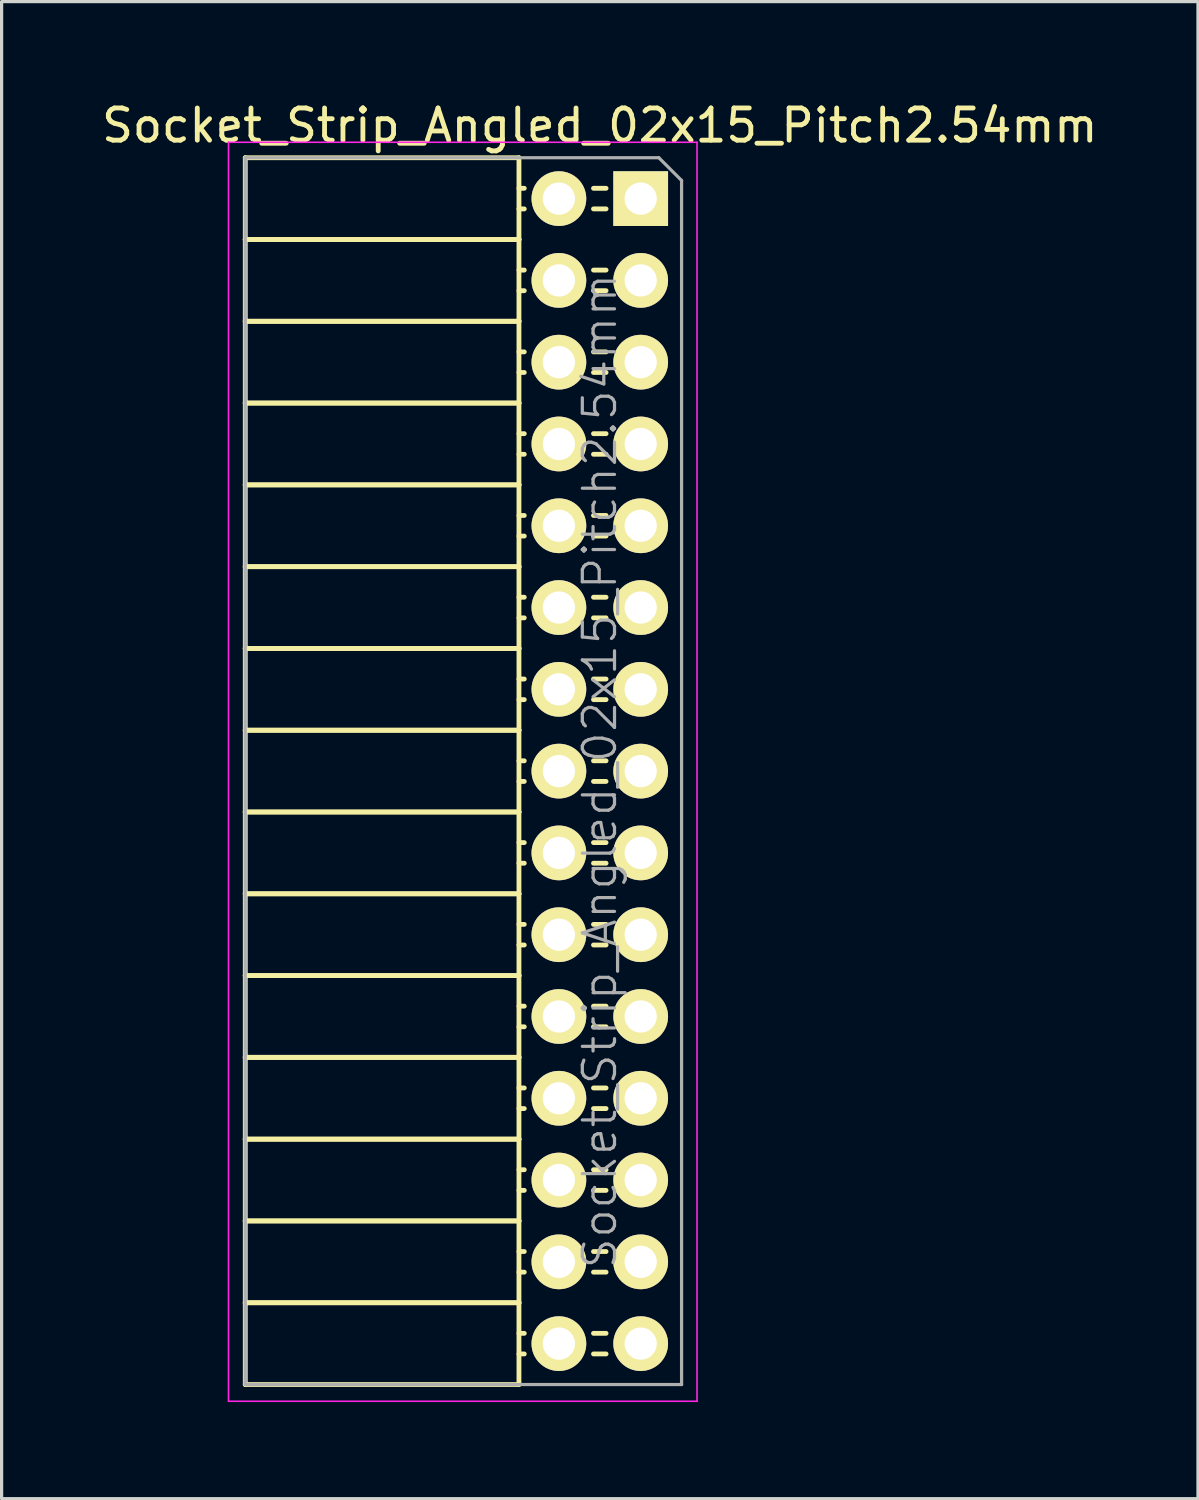
<source format=kicad_pcb>
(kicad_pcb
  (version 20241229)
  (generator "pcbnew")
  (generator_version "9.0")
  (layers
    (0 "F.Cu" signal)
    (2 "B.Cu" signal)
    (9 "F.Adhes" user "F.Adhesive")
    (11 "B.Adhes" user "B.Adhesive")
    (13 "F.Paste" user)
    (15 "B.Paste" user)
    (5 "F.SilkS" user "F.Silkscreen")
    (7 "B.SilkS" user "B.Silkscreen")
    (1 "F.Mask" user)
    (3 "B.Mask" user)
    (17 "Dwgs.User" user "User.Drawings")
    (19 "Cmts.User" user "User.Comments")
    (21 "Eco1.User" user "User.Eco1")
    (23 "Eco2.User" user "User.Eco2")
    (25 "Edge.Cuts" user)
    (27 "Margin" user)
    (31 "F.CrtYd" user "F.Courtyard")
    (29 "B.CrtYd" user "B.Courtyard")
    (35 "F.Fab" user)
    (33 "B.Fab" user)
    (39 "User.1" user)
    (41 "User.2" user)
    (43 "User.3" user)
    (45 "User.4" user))
  (footprint "Socket_Strip_Angled_02x15_Pitch2.54mm"
    (layer "F.Cu")
    (at 16.847 3.118)
    (property "Reference" "Socket_Strip_Angled_02x15_Pitch2.54mm" (at -1.27 -2.27 0) (layer "F.SilkS") (effects (font (size 1 1) (thickness 0.15))))
    (attr smd)
    (fp_line (start -12.28 -1.27) (end -12.28 1.27) (stroke (width 0.15) (type solid)) (layer "F.SilkS"))
    (fp_line (start -12.28 -1.27) (end -3.78 -1.27) (stroke (width 0.15) (type solid)) (layer "F.SilkS"))
    (fp_line (start -12.28 1.27) (end -12.28 3.81) (stroke (width 0.15) (type solid)) (layer "F.SilkS"))
    (fp_line (start -12.28 1.27) (end -3.78 1.27) (stroke (width 0.15) (type solid)) (layer "F.SilkS"))
    (fp_line (start -12.28 1.27) (end -3.78 1.27) (stroke (width 0.15) (type solid)) (layer "F.SilkS"))
    (fp_line (start -12.28 3.81) (end -12.28 6.35) (stroke (width 0.15) (type solid)) (layer "F.SilkS"))
    (fp_line (start -12.28 3.81) (end -3.78 3.81) (stroke (width 0.15) (type solid)) (layer "F.SilkS"))
    (fp_line (start -12.28 3.81) (end -3.78 3.81) (stroke (width 0.15) (type solid)) (layer "F.SilkS"))
    (fp_line (start -12.28 6.35) (end -12.28 8.89) (stroke (width 0.15) (type solid)) (layer "F.SilkS"))
    (fp_line (start -12.28 6.35) (end -3.78 6.35) (stroke (width 0.15) (type solid)) (layer "F.SilkS"))
    (fp_line (start -12.28 6.35) (end -3.78 6.35) (stroke (width 0.15) (type solid)) (layer "F.SilkS"))
    (fp_line (start -12.28 8.89) (end -12.28 11.43) (stroke (width 0.15) (type solid)) (layer "F.SilkS"))
    (fp_line (start -12.28 8.89) (end -3.78 8.89) (stroke (width 0.15) (type solid)) (layer "F.SilkS"))
    (fp_line (start -12.28 8.89) (end -3.78 8.89) (stroke (width 0.15) (type solid)) (layer "F.SilkS"))
    (fp_line (start -12.28 11.43) (end -12.28 13.97) (stroke (width 0.15) (type solid)) (layer "F.SilkS"))
    (fp_line (start -12.28 11.43) (end -3.78 11.43) (stroke (width 0.15) (type solid)) (layer "F.SilkS"))
    (fp_line (start -12.28 11.43) (end -3.78 11.43) (stroke (width 0.15) (type solid)) (layer "F.SilkS"))
    (fp_line (start -12.28 13.97) (end -12.28 16.51) (stroke (width 0.15) (type solid)) (layer "F.SilkS"))
    (fp_line (start -12.28 13.97) (end -3.78 13.97) (stroke (width 0.15) (type solid)) (layer "F.SilkS"))
    (fp_line (start -12.28 13.97) (end -3.78 13.97) (stroke (width 0.15) (type solid)) (layer "F.SilkS"))
    (fp_line (start -12.28 16.51) (end -12.28 19.05) (stroke (width 0.15) (type solid)) (layer "F.SilkS"))
    (fp_line (start -12.28 16.51) (end -3.78 16.51) (stroke (width 0.15) (type solid)) (layer "F.SilkS"))
    (fp_line (start -12.28 16.51) (end -3.78 16.51) (stroke (width 0.15) (type solid)) (layer "F.SilkS"))
    (fp_line (start -12.28 19.05) (end -12.28 21.59) (stroke (width 0.15) (type solid)) (layer "F.SilkS"))
    (fp_line (start -12.28 19.05) (end -3.78 19.05) (stroke (width 0.15) (type solid)) (layer "F.SilkS"))
    (fp_line (start -12.28 19.05) (end -3.78 19.05) (stroke (width 0.15) (type solid)) (layer "F.SilkS"))
    (fp_line (start -12.28 21.59) (end -12.28 24.13) (stroke (width 0.15) (type solid)) (layer "F.SilkS"))
    (fp_line (start -12.28 21.59) (end -3.78 21.59) (stroke (width 0.15) (type solid)) (layer "F.SilkS"))
    (fp_line (start -12.28 21.59) (end -3.78 21.59) (stroke (width 0.15) (type solid)) (layer "F.SilkS"))
    (fp_line (start -12.28 24.13) (end -12.28 26.67) (stroke (width 0.15) (type solid)) (layer "F.SilkS"))
    (fp_line (start -12.28 24.13) (end -3.78 24.13) (stroke (width 0.15) (type solid)) (layer "F.SilkS"))
    (fp_line (start -12.28 24.13) (end -3.78 24.13) (stroke (width 0.15) (type solid)) (layer "F.SilkS"))
    (fp_line (start -12.28 26.67) (end -12.28 29.21) (stroke (width 0.15) (type solid)) (layer "F.SilkS"))
    (fp_line (start -12.28 26.67) (end -3.78 26.67) (stroke (width 0.15) (type solid)) (layer "F.SilkS"))
    (fp_line (start -12.28 26.67) (end -3.78 26.67) (stroke (width 0.15) (type solid)) (layer "F.SilkS"))
    (fp_line (start -12.28 29.21) (end -12.28 31.75) (stroke (width 0.15) (type solid)) (layer "F.SilkS"))
    (fp_line (start -12.28 29.21) (end -3.78 29.21) (stroke (width 0.15) (type solid)) (layer "F.SilkS"))
    (fp_line (start -12.28 29.21) (end -3.78 29.21) (stroke (width 0.15) (type solid)) (layer "F.SilkS"))
    (fp_line (start -12.28 31.75) (end -12.28 34.29) (stroke (width 0.15) (type solid)) (layer "F.SilkS"))
    (fp_line (start -12.28 31.75) (end -3.78 31.75) (stroke (width 0.15) (type solid)) (layer "F.SilkS"))
    (fp_line (start -12.28 31.75) (end -3.78 31.75) (stroke (width 0.15) (type solid)) (layer "F.SilkS"))
    (fp_line (start -12.28 34.29) (end -12.28 36.83) (stroke (width 0.15) (type solid)) (layer "F.SilkS"))
    (fp_line (start -12.28 34.29) (end -3.78 34.29) (stroke (width 0.15) (type solid)) (layer "F.SilkS"))
    (fp_line (start -12.28 34.29) (end -3.78 34.29) (stroke (width 0.15) (type solid)) (layer "F.SilkS"))
    (fp_line (start -12.28 36.83) (end -3.78 36.83) (stroke (width 0.15) (type solid)) (layer "F.SilkS"))
    (fp_line (start -3.78 -1.27) (end -3.78 1.27) (stroke (width 0.15) (type solid)) (layer "F.SilkS"))
    (fp_line (start -3.78 -0.32) (end -3.615 -0.32) (stroke (width 0.15) (type solid)) (layer "F.SilkS"))
    (fp_line (start -3.78 0.32) (end -3.615 0.32) (stroke (width 0.15) (type solid)) (layer "F.SilkS"))
    (fp_line (start -3.78 1.27) (end -3.78 3.81) (stroke (width 0.15) (type solid)) (layer "F.SilkS"))
    (fp_line (start -3.78 2.22) (end -3.615 2.22) (stroke (width 0.15) (type solid)) (layer "F.SilkS"))
    (fp_line (start -3.78 2.86) (end -3.615 2.86) (stroke (width 0.15) (type solid)) (layer "F.SilkS"))
    (fp_line (start -3.78 3.81) (end -3.78 6.35) (stroke (width 0.15) (type solid)) (layer "F.SilkS"))
    (fp_line (start -3.78 4.76) (end -3.615 4.76) (stroke (width 0.15) (type solid)) (layer "F.SilkS"))
    (fp_line (start -3.78 5.4) (end -3.615 5.4) (stroke (width 0.15) (type solid)) (layer "F.SilkS"))
    (fp_line (start -3.78 6.35) (end -3.78 8.89) (stroke (width 0.15) (type solid)) (layer "F.SilkS"))
    (fp_line (start -3.78 7.3) (end -3.615 7.3) (stroke (width 0.15) (type solid)) (layer "F.SilkS"))
    (fp_line (start -3.78 7.94) (end -3.615 7.94) (stroke (width 0.15) (type solid)) (layer "F.SilkS"))
    (fp_line (start -3.78 8.89) (end -3.78 11.43) (stroke (width 0.15) (type solid)) (layer "F.SilkS"))
    (fp_line (start -3.78 9.84) (end -3.615 9.84) (stroke (width 0.15) (type solid)) (layer "F.SilkS"))
    (fp_line (start -3.78 10.48) (end -3.615 10.48) (stroke (width 0.15) (type solid)) (layer "F.SilkS"))
    (fp_line (start -3.78 11.43) (end -3.78 13.97) (stroke (width 0.15) (type solid)) (layer "F.SilkS"))
    (fp_line (start -3.78 12.38) (end -3.615 12.38) (stroke (width 0.15) (type solid)) (layer "F.SilkS"))
    (fp_line (start -3.78 13.02) (end -3.615 13.02) (stroke (width 0.15) (type solid)) (layer "F.SilkS"))
    (fp_line (start -3.78 13.97) (end -3.78 16.51) (stroke (width 0.15) (type solid)) (layer "F.SilkS"))
    (fp_line (start -3.78 14.92) (end -3.615 14.92) (stroke (width 0.15) (type solid)) (layer "F.SilkS"))
    (fp_line (start -3.78 15.56) (end -3.615 15.56) (stroke (width 0.15) (type solid)) (layer "F.SilkS"))
    (fp_line (start -3.78 16.51) (end -3.78 19.05) (stroke (width 0.15) (type solid)) (layer "F.SilkS"))
    (fp_line (start -3.78 17.46) (end -3.615 17.46) (stroke (width 0.15) (type solid)) (layer "F.SilkS"))
    (fp_line (start -3.78 18.1) (end -3.615 18.1) (stroke (width 0.15) (type solid)) (layer "F.SilkS"))
    (fp_line (start -3.78 19.05) (end -3.78 21.59) (stroke (width 0.15) (type solid)) (layer "F.SilkS"))
    (fp_line (start -3.78 20) (end -3.615 20) (stroke (width 0.15) (type solid)) (layer "F.SilkS"))
    (fp_line (start -3.78 20.64) (end -3.615 20.64) (stroke (width 0.15) (type solid)) (layer "F.SilkS"))
    (fp_line (start -3.78 21.59) (end -3.78 24.13) (stroke (width 0.15) (type solid)) (layer "F.SilkS"))
    (fp_line (start -3.78 22.54) (end -3.615 22.54) (stroke (width 0.15) (type solid)) (layer "F.SilkS"))
    (fp_line (start -3.78 23.18) (end -3.615 23.18) (stroke (width 0.15) (type solid)) (layer "F.SilkS"))
    (fp_line (start -3.78 24.13) (end -3.78 26.67) (stroke (width 0.15) (type solid)) (layer "F.SilkS"))
    (fp_line (start -3.78 25.08) (end -3.615 25.08) (stroke (width 0.15) (type solid)) (layer "F.SilkS"))
    (fp_line (start -3.78 25.72) (end -3.615 25.72) (stroke (width 0.15) (type solid)) (layer "F.SilkS"))
    (fp_line (start -3.78 26.67) (end -3.78 29.21) (stroke (width 0.15) (type solid)) (layer "F.SilkS"))
    (fp_line (start -3.78 27.62) (end -3.615 27.62) (stroke (width 0.15) (type solid)) (layer "F.SilkS"))
    (fp_line (start -3.78 28.26) (end -3.615 28.26) (stroke (width 0.15) (type solid)) (layer "F.SilkS"))
    (fp_line (start -3.78 29.21) (end -3.78 31.75) (stroke (width 0.15) (type solid)) (layer "F.SilkS"))
    (fp_line (start -3.78 30.16) (end -3.615 30.16) (stroke (width 0.15) (type solid)) (layer "F.SilkS"))
    (fp_line (start -3.78 30.8) (end -3.615 30.8) (stroke (width 0.15) (type solid)) (layer "F.SilkS"))
    (fp_line (start -3.78 31.75) (end -3.78 34.29) (stroke (width 0.15) (type solid)) (layer "F.SilkS"))
    (fp_line (start -3.78 32.7) (end -3.615 32.7) (stroke (width 0.15) (type solid)) (layer "F.SilkS"))
    (fp_line (start -3.78 33.34) (end -3.615 33.34) (stroke (width 0.15) (type solid)) (layer "F.SilkS"))
    (fp_line (start -3.78 34.29) (end -3.78 36.83) (stroke (width 0.15) (type solid)) (layer "F.SilkS"))
    (fp_line (start -3.78 35.24) (end -3.615 35.24) (stroke (width 0.15) (type solid)) (layer "F.SilkS"))
    (fp_line (start -3.78 35.88) (end -3.615 35.88) (stroke (width 0.15) (type solid)) (layer "F.SilkS"))
    (fp_line (start -1.075 -0.32) (end -1.465 -0.32) (stroke (width 0.15) (type solid)) (layer "F.SilkS"))
    (fp_line (start -1.075 0.32) (end -1.465 0.32) (stroke (width 0.15) (type solid)) (layer "F.SilkS"))
    (fp_line (start -1.075 2.22) (end -1.465 2.22) (stroke (width 0.15) (type solid)) (layer "F.SilkS"))
    (fp_line (start -1.075 2.86) (end -1.465 2.86) (stroke (width 0.15) (type solid)) (layer "F.SilkS"))
    (fp_line (start -1.075 4.76) (end -1.465 4.76) (stroke (width 0.15) (type solid)) (layer "F.SilkS"))
    (fp_line (start -1.075 5.4) (end -1.465 5.4) (stroke (width 0.15) (type solid)) (layer "F.SilkS"))
    (fp_line (start -1.075 7.3) (end -1.465 7.3) (stroke (width 0.15) (type solid)) (layer "F.SilkS"))
    (fp_line (start -1.075 7.94) (end -1.465 7.94) (stroke (width 0.15) (type solid)) (layer "F.SilkS"))
    (fp_line (start -1.075 9.84) (end -1.465 9.84) (stroke (width 0.15) (type solid)) (layer "F.SilkS"))
    (fp_line (start -1.075 10.48) (end -1.465 10.48) (stroke (width 0.15) (type solid)) (layer "F.SilkS"))
    (fp_line (start -1.075 12.38) (end -1.465 12.38) (stroke (width 0.15) (type solid)) (layer "F.SilkS"))
    (fp_line (start -1.075 13.02) (end -1.465 13.02) (stroke (width 0.15) (type solid)) (layer "F.SilkS"))
    (fp_line (start -1.075 14.92) (end -1.465 14.92) (stroke (width 0.15) (type solid)) (layer "F.SilkS"))
    (fp_line (start -1.075 15.56) (end -1.465 15.56) (stroke (width 0.15) (type solid)) (layer "F.SilkS"))
    (fp_line (start -1.075 17.46) (end -1.465 17.46) (stroke (width 0.15) (type solid)) (layer "F.SilkS"))
    (fp_line (start -1.075 18.1) (end -1.465 18.1) (stroke (width 0.15) (type solid)) (layer "F.SilkS"))
    (fp_line (start -1.075 20) (end -1.465 20) (stroke (width 0.15) (type solid)) (layer "F.SilkS"))
    (fp_line (start -1.075 20.64) (end -1.465 20.64) (stroke (width 0.15) (type solid)) (layer "F.SilkS"))
    (fp_line (start -1.075 22.54) (end -1.465 22.54) (stroke (width 0.15) (type solid)) (layer "F.SilkS"))
    (fp_line (start -1.075 23.18) (end -1.465 23.18) (stroke (width 0.15) (type solid)) (layer "F.SilkS"))
    (fp_line (start -1.075 25.08) (end -1.465 25.08) (stroke (width 0.15) (type solid)) (layer "F.SilkS"))
    (fp_line (start -1.075 25.72) (end -1.465 25.72) (stroke (width 0.15) (type solid)) (layer "F.SilkS"))
    (fp_line (start -1.075 27.62) (end -1.465 27.62) (stroke (width 0.15) (type solid)) (layer "F.SilkS"))
    (fp_line (start -1.075 28.26) (end -1.465 28.26) (stroke (width 0.15) (type solid)) (layer "F.SilkS"))
    (fp_line (start -1.075 30.16) (end -1.465 30.16) (stroke (width 0.15) (type solid)) (layer "F.SilkS"))
    (fp_line (start -1.075 30.8) (end -1.465 30.8) (stroke (width 0.15) (type solid)) (layer "F.SilkS"))
    (fp_line (start -1.075 32.7) (end -1.465 32.7) (stroke (width 0.15) (type solid)) (layer "F.SilkS"))
    (fp_line (start -1.075 33.34) (end -1.465 33.34) (stroke (width 0.15) (type solid)) (layer "F.SilkS"))
    (fp_line (start -1.075 35.24) (end -1.465 35.24) (stroke (width 0.15) (type solid)) (layer "F.SilkS"))
    (fp_line (start -1.075 35.88) (end -1.465 35.88) (stroke (width 0.15) (type solid)) (layer "F.SilkS"))
    (fp_line (start -12.8 -1.75) (end 1.75 -1.75) (stroke (width 0.05) (type solid)) (layer "F.CrtYd"))
    (fp_line (start -12.8 37.35) (end -12.8 -1.75) (stroke (width 0.05) (type solid)) (layer "F.CrtYd"))
    (fp_line (start -12.8 37.35) (end 1.75 37.35) (stroke (width 0.05) (type solid)) (layer "F.CrtYd"))
    (fp_line (start 1.75 37.35) (end 1.75 -1.75) (stroke (width 0.05) (type solid)) (layer "F.CrtYd"))
    (fp_line (start -12.28 -1.27) (end 0.563 -1.27) (stroke (width 0.1) (type solid)) (layer "F.Fab"))
    (fp_line (start -12.28 36.83) (end -12.28 -1.27) (stroke (width 0.1) (type solid)) (layer "F.Fab"))
    (fp_line (start -12.28 36.83) (end 1.27 36.83) (stroke (width 0.1) (type solid)) (layer "F.Fab"))
    (fp_line (start 1.27 -0.563) (end 0.563 -1.27) (stroke (width 0.1) (type solid)) (layer "F.Fab"))
    (fp_line (start 1.27 36.83) (end 1.27 -0.563) (stroke (width 0.1) (type solid)) (layer "F.Fab"))
    (fp_text user "${REFERENCE}" (at -1.27 17.78 90) (layer "F.Fab") (effects (font (size 1 1) (thickness 0.1))))
    (pad "1" thru_hole rect (at 0 0) (size 1.7 1.7) (drill 1) (layers "*.Cu" "*.Mask" "F.SilkS"))
    (pad "2" thru_hole oval (at -2.54 0) (size 1.7 1.7) (drill 1) (layers "*.Cu" "*.Mask" "F.SilkS"))
    (pad "3" thru_hole oval (at 0 2.54) (size 1.7 1.7) (drill 1) (layers "*.Cu" "*.Mask" "F.SilkS"))
    (pad "4" thru_hole oval (at -2.54 2.54) (size 1.7 1.7) (drill 1) (layers "*.Cu" "*.Mask" "F.SilkS"))
    (pad "5" thru_hole oval (at 0 5.08) (size 1.7 1.7) (drill 1) (layers "*.Cu" "*.Mask" "F.SilkS"))
    (pad "6" thru_hole oval (at -2.54 5.08) (size 1.7 1.7) (drill 1) (layers "*.Cu" "*.Mask" "F.SilkS"))
    (pad "7" thru_hole oval (at 0 7.62) (size 1.7 1.7) (drill 1) (layers "*.Cu" "*.Mask" "F.SilkS"))
    (pad "8" thru_hole oval (at -2.54 7.62) (size 1.7 1.7) (drill 1) (layers "*.Cu" "*.Mask" "F.SilkS"))
    (pad "9" thru_hole oval (at 0 10.16) (size 1.7 1.7) (drill 1) (layers "*.Cu" "*.Mask" "F.SilkS"))
    (pad "10" thru_hole oval (at -2.54 10.16) (size 1.7 1.7) (drill 1) (layers "*.Cu" "*.Mask" "F.SilkS"))
    (pad "11" thru_hole oval (at 0 12.7) (size 1.7 1.7) (drill 1) (layers "*.Cu" "*.Mask" "F.SilkS"))
    (pad "12" thru_hole oval (at -2.54 12.7) (size 1.7 1.7) (drill 1) (layers "*.Cu" "*.Mask" "F.SilkS"))
    (pad "13" thru_hole oval (at 0 15.24) (size 1.7 1.7) (drill 1) (layers "*.Cu" "*.Mask" "F.SilkS"))
    (pad "14" thru_hole oval (at -2.54 15.24) (size 1.7 1.7) (drill 1) (layers "*.Cu" "*.Mask" "F.SilkS"))
    (pad "15" thru_hole oval (at 0 17.78) (size 1.7 1.7) (drill 1) (layers "*.Cu" "*.Mask" "F.SilkS"))
    (pad "16" thru_hole oval (at -2.54 17.78) (size 1.7 1.7) (drill 1) (layers "*.Cu" "*.Mask" "F.SilkS"))
    (pad "17" thru_hole oval (at 0 20.32) (size 1.7 1.7) (drill 1) (layers "*.Cu" "*.Mask" "F.SilkS"))
    (pad "18" thru_hole oval (at -2.54 20.32) (size 1.7 1.7) (drill 1) (layers "*.Cu" "*.Mask" "F.SilkS"))
    (pad "19" thru_hole oval (at 0 22.86) (size 1.7 1.7) (drill 1) (layers "*.Cu" "*.Mask" "F.SilkS"))
    (pad "20" thru_hole oval (at -2.54 22.86) (size 1.7 1.7) (drill 1) (layers "*.Cu" "*.Mask" "F.SilkS"))
    (pad "21" thru_hole oval (at 0 25.4) (size 1.7 1.7) (drill 1) (layers "*.Cu" "*.Mask" "F.SilkS"))
    (pad "22" thru_hole oval (at -2.54 25.4) (size 1.7 1.7) (drill 1) (layers "*.Cu" "*.Mask" "F.SilkS"))
    (pad "23" thru_hole oval (at 0 27.94) (size 1.7 1.7) (drill 1) (layers "*.Cu" "*.Mask" "F.SilkS"))
    (pad "24" thru_hole oval (at -2.54 27.94) (size 1.7 1.7) (drill 1) (layers "*.Cu" "*.Mask" "F.SilkS"))
    (pad "25" thru_hole oval (at 0 30.48) (size 1.7 1.7) (drill 1) (layers "*.Cu" "*.Mask" "F.SilkS"))
    (pad "26" thru_hole oval (at -2.54 30.48) (size 1.7 1.7) (drill 1) (layers "*.Cu" "*.Mask" "F.SilkS"))
    (pad "27" thru_hole oval (at 0 33.02) (size 1.7 1.7) (drill 1) (layers "*.Cu" "*.Mask" "F.SilkS"))
    (pad "28" thru_hole oval (at -2.54 33.02) (size 1.7 1.7) (drill 1) (layers "*.Cu" "*.Mask" "F.SilkS"))
    (pad "29" thru_hole oval (at 0 35.56) (size 1.7 1.7) (drill 1) (layers "*.Cu" "*.Mask" "F.SilkS"))
    (pad "30" thru_hole oval (at -2.54 35.56) (size 1.7 1.7) (drill 1) (layers "*.Cu" "*.Mask" "F.SilkS")))
  (gr_rect
    (start -3 -3)
    (end 34.155 43.493)
    (stroke (width 0.1) (type default))
    (fill no)
    (layer "Edge.Cuts")))
</source>
